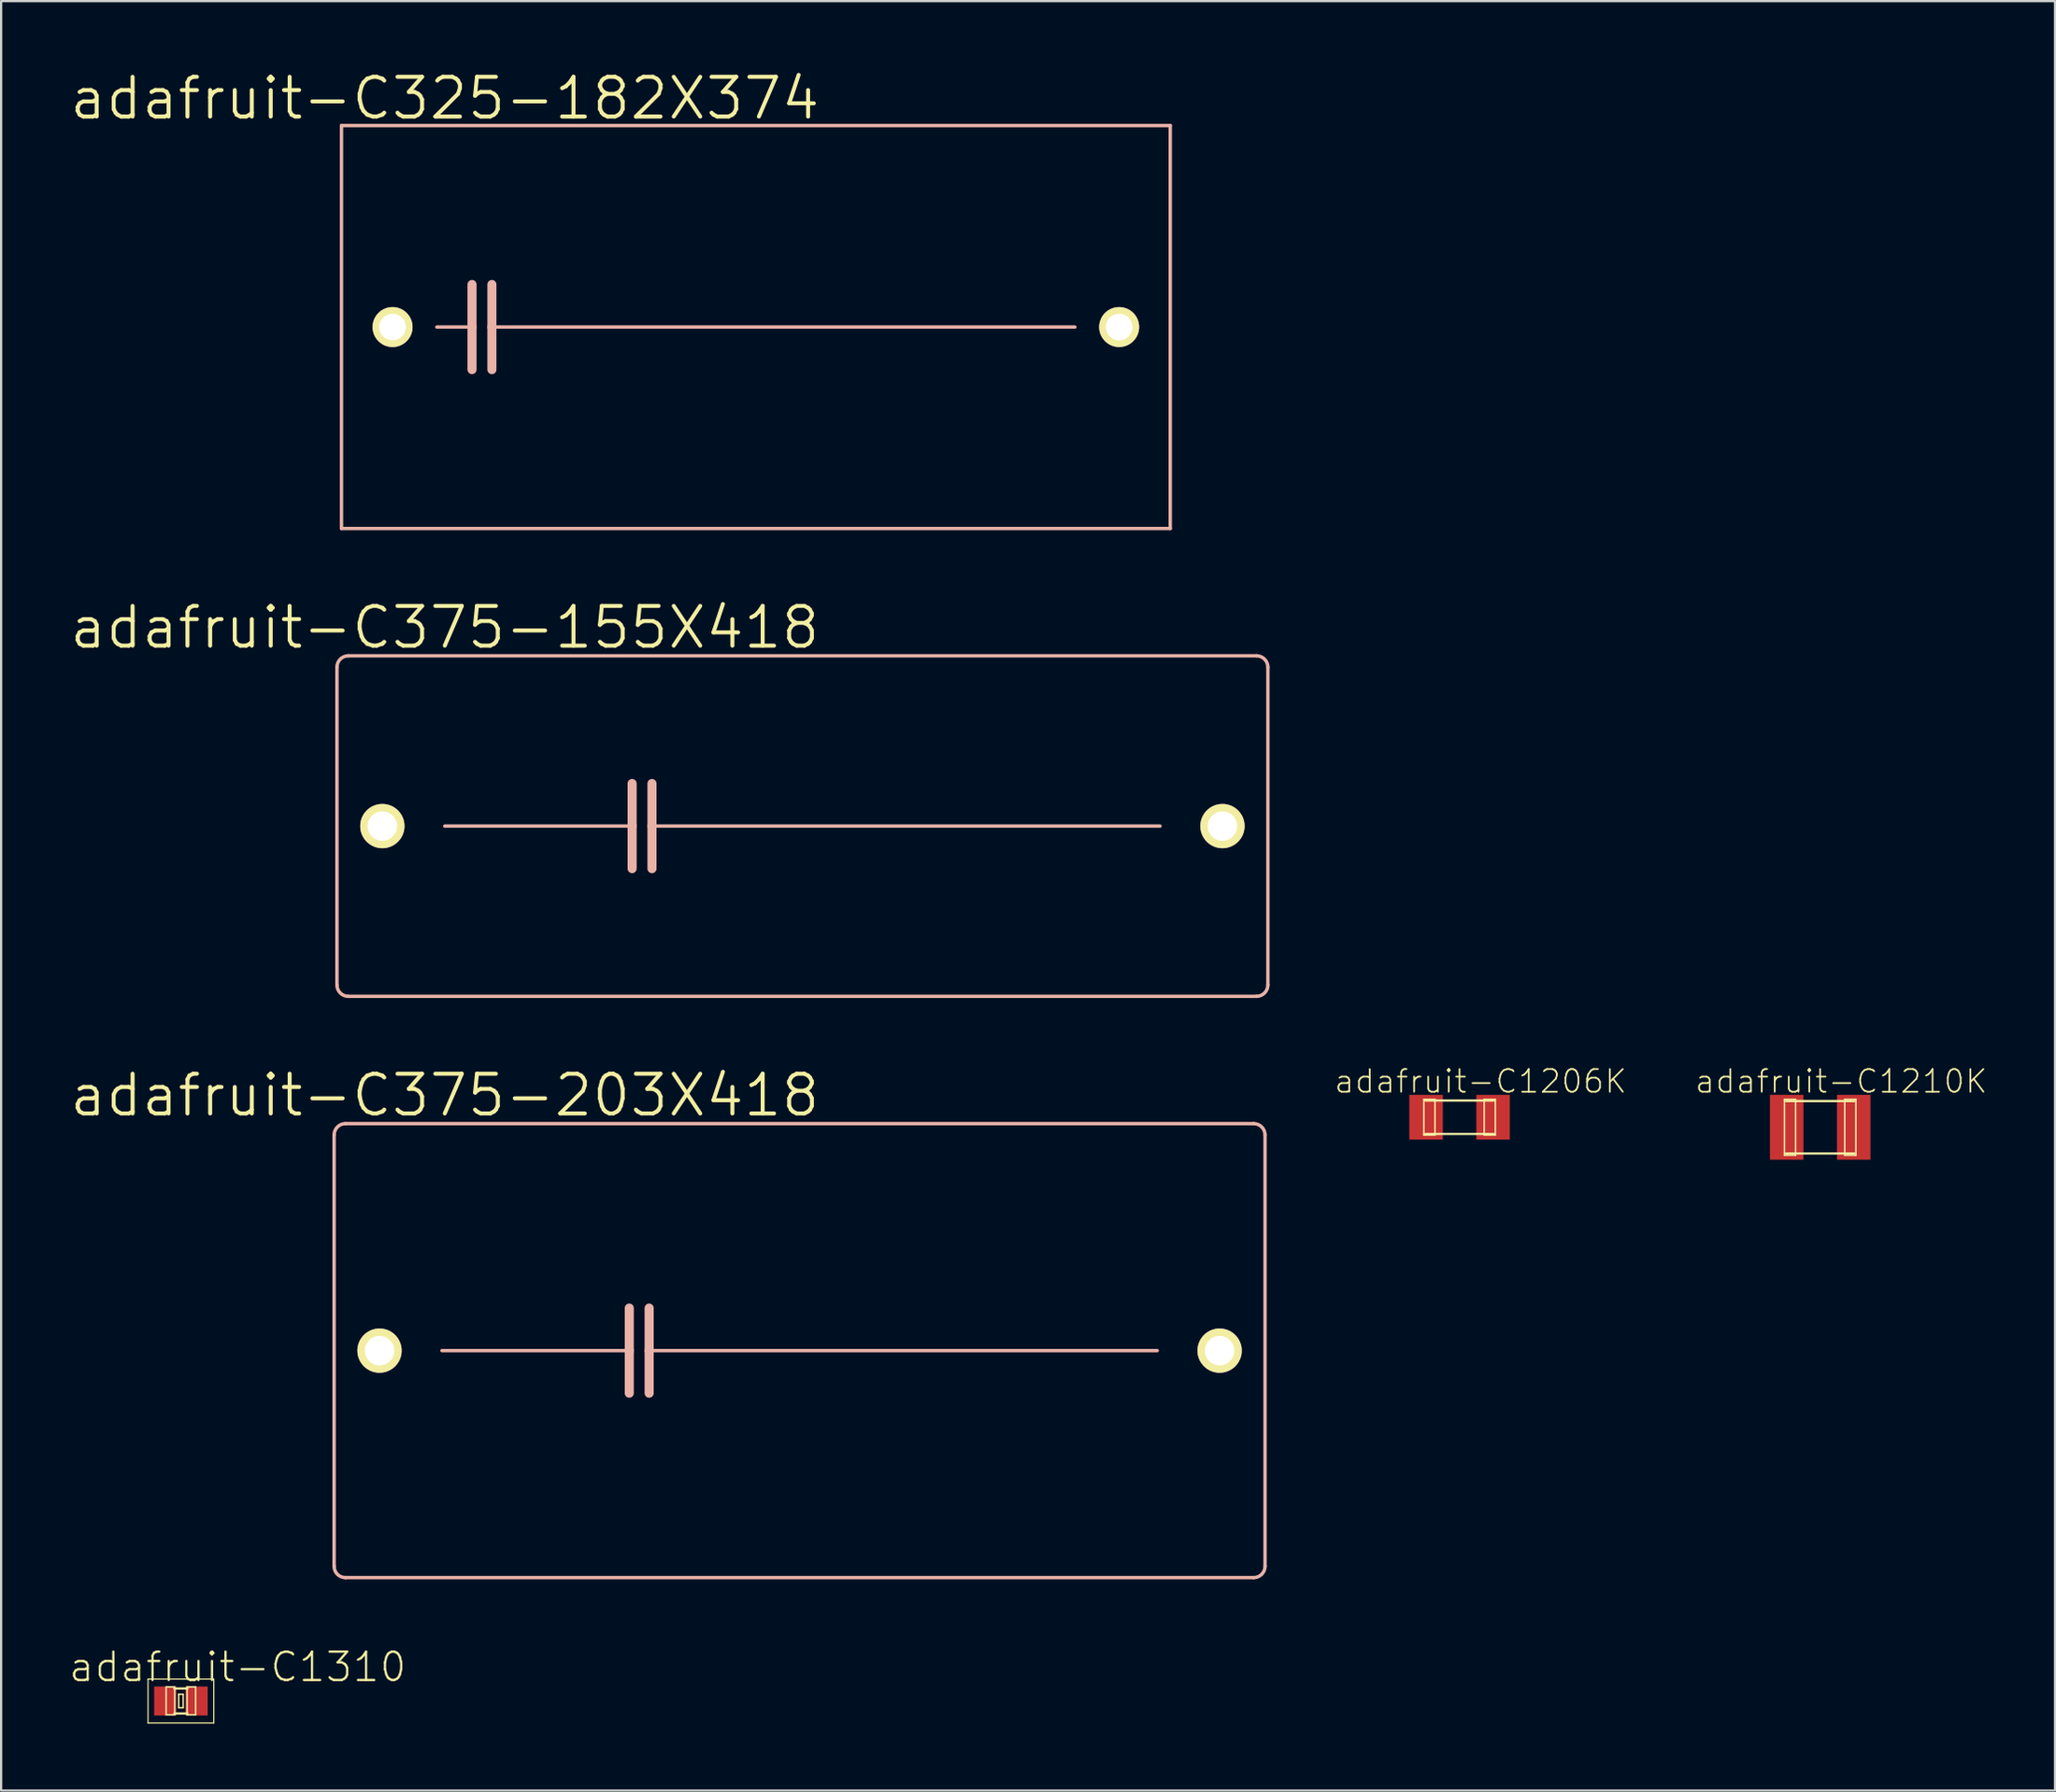
<source format=kicad_pcb>
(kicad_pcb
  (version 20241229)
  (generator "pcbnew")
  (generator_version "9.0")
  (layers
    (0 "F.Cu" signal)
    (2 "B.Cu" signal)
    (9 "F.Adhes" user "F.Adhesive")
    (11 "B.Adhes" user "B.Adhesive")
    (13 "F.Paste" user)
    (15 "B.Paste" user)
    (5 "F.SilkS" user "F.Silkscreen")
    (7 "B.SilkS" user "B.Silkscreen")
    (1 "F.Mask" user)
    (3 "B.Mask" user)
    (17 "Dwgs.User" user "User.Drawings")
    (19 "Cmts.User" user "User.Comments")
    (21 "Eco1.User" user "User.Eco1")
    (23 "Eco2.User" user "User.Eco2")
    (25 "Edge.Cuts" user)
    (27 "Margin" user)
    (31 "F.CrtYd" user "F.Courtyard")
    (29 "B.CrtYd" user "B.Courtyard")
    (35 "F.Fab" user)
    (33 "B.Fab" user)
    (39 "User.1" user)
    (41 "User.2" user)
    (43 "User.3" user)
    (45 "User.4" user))
  (footprint "adafruit-C375-155X418"
    (layer "F.Cu")
    (at 32.855 33.924)
    (property "Reference" "adafruit-C375-155X418" (at -16.002 -8.89 0) (layer "F.SilkS") (effects (font (size 1.778 1.778) (thickness 0.178))))
    (attr exclude_from_pos_files exclude_from_bom)
    (fp_line (start -20.828 7.112) (end -20.828 -7.112) (stroke (width 0.152) (type solid)) (layer "B.SilkS"))
    (fp_line (start -20.32 -7.62) (end 20.32 -7.62) (stroke (width 0.152) (type solid)) (layer "B.SilkS"))
    (fp_line (start -16.002 0) (end -7.62 0) (stroke (width 0.152) (type solid)) (layer "B.SilkS"))
    (fp_line (start -7.62 -1.905) (end -7.62 0) (stroke (width 0.406) (type solid)) (layer "B.SilkS"))
    (fp_line (start -7.62 0) (end -7.62 1.905) (stroke (width 0.406) (type solid)) (layer "B.SilkS"))
    (fp_line (start -6.731 -1.905) (end -6.731 0) (stroke (width 0.406) (type solid)) (layer "B.SilkS"))
    (fp_line (start -6.731 0) (end -6.731 1.905) (stroke (width 0.406) (type solid)) (layer "B.SilkS"))
    (fp_line (start -6.731 0) (end 16.002 0) (stroke (width 0.152) (type solid)) (layer "B.SilkS"))
    (fp_line (start 20.32 7.62) (end -20.32 7.62) (stroke (width 0.152) (type solid)) (layer "B.SilkS"))
    (fp_line (start 20.828 -7.112) (end 20.828 7.112) (stroke (width 0.152) (type solid)) (layer "B.SilkS"))
    (fp_arc (start -20.828 -7.112) (mid -20.67921 -7.47121) (end -20.32 -7.62) (stroke (width 0.1524) (type solid)) (layer "B.SilkS"))
    (fp_arc (start -20.32 7.62) (mid -20.67921 7.47121) (end -20.828 7.112) (stroke (width 0.1524) (type solid)) (layer "B.SilkS"))
    (fp_arc (start 20.32 -7.62) (mid 20.67921 -7.47121) (end 20.828 -7.112) (stroke (width 0.1524) (type solid)) (layer "B.SilkS"))
    (fp_arc (start 20.828 7.112) (mid 20.67921 7.47121) (end 20.32 7.62) (stroke (width 0.1524) (type solid)) (layer "B.SilkS"))
    (pad "1" thru_hole circle (at -18.796 0) (size 1.981 1.981) (drill 1.321) (layers "*.Cu" "F.Mask" "F.SilkS" "F.Paste"))
    (pad "2" thru_hole circle (at 18.796 0) (size 1.981 1.981) (drill 1.321) (layers "*.Cu" "F.Mask" "F.SilkS" "F.Paste")))
  (footprint "adafruit-C375-203X418"
    (layer "F.Cu")
    (at 32.728 57.402)
    (property "Reference" "adafruit-C375-203X418" (at -15.875 -11.43 0) (layer "F.SilkS") (effects (font (size 1.778 1.778) (thickness 0.178))))
    (attr exclude_from_pos_files exclude_from_bom)
    (fp_line (start -20.828 9.652) (end -20.828 -9.652) (stroke (width 0.152) (type solid)) (layer "B.SilkS"))
    (fp_line (start -20.32 -10.16) (end 20.32 -10.16) (stroke (width 0.152) (type solid)) (layer "B.SilkS"))
    (fp_line (start -16.002 0) (end -7.62 0) (stroke (width 0.152) (type solid)) (layer "B.SilkS"))
    (fp_line (start -7.62 -1.905) (end -7.62 0) (stroke (width 0.406) (type solid)) (layer "B.SilkS"))
    (fp_line (start -7.62 0) (end -7.62 1.905) (stroke (width 0.406) (type solid)) (layer "B.SilkS"))
    (fp_line (start -6.731 -1.905) (end -6.731 0) (stroke (width 0.406) (type solid)) (layer "B.SilkS"))
    (fp_line (start -6.731 0) (end -6.731 1.905) (stroke (width 0.406) (type solid)) (layer "B.SilkS"))
    (fp_line (start -6.731 0) (end 16.002 0) (stroke (width 0.152) (type solid)) (layer "B.SilkS"))
    (fp_line (start 20.32 10.16) (end -20.32 10.16) (stroke (width 0.152) (type solid)) (layer "B.SilkS"))
    (fp_line (start 20.828 -9.652) (end 20.828 9.652) (stroke (width 0.152) (type solid)) (layer "B.SilkS"))
    (fp_arc (start -20.828 -9.652) (mid -20.67921 -10.01121) (end -20.32 -10.16) (stroke (width 0.1524) (type solid)) (layer "B.SilkS"))
    (fp_arc (start -20.32 10.16) (mid -20.67921 10.01121) (end -20.828 9.652) (stroke (width 0.1524) (type solid)) (layer "B.SilkS"))
    (fp_arc (start 20.32 -10.16) (mid 20.67921 -10.01121) (end 20.828 -9.652) (stroke (width 0.1524) (type solid)) (layer "B.SilkS"))
    (fp_arc (start 20.828 9.652) (mid 20.67921 10.01121) (end 20.32 10.16) (stroke (width 0.1524) (type solid)) (layer "B.SilkS"))
    (pad "1" thru_hole circle (at -18.796 0) (size 1.981 1.981) (drill 1.321) (layers "*.Cu" "F.Mask" "F.SilkS" "F.Paste"))
    (pad "2" thru_hole circle (at 18.796 0) (size 1.981 1.981) (drill 1.321) (layers "*.Cu" "F.Mask" "F.SilkS" "F.Paste")))
  (footprint "adafruit-C325-182X374"
    (layer "F.Cu")
    (at 30.772 11.588)
    (property "Reference" "adafruit-C325-182X374" (at -13.919 -10.236 0) (layer "F.SilkS") (effects (font (size 1.778 1.778) (thickness 0.178))))
    (attr exclude_from_pos_files exclude_from_bom)
    (fp_line (start -18.542 -9.017) (end -18.542 9.017) (stroke (width 0.152) (type solid)) (layer "B.SilkS"))
    (fp_line (start -18.542 9.017) (end 18.542 9.017) (stroke (width 0.152) (type solid)) (layer "B.SilkS"))
    (fp_line (start -14.275 0) (end -12.7 0) (stroke (width 0.152) (type solid)) (layer "B.SilkS"))
    (fp_line (start -12.7 -1.905) (end -12.7 0) (stroke (width 0.406) (type solid)) (layer "B.SilkS"))
    (fp_line (start -12.7 0) (end -12.7 1.905) (stroke (width 0.406) (type solid)) (layer "B.SilkS"))
    (fp_line (start -11.811 -1.905) (end -11.811 0) (stroke (width 0.406) (type solid)) (layer "B.SilkS"))
    (fp_line (start -11.811 0) (end -11.811 1.905) (stroke (width 0.406) (type solid)) (layer "B.SilkS"))
    (fp_line (start -11.811 0) (end 14.275 0) (stroke (width 0.152) (type solid)) (layer "B.SilkS"))
    (fp_line (start 18.542 -9.017) (end -18.542 -9.017) (stroke (width 0.152) (type solid)) (layer "B.SilkS"))
    (fp_line (start 18.542 -9.017) (end 18.542 9.017) (stroke (width 0.152) (type solid)) (layer "B.SilkS"))
    (pad "1" thru_hole circle (at -16.256 0) (size 1.788 1.788) (drill 1.194) (layers "*.Cu" "F.Mask" "F.SilkS" "F.Paste"))
    (pad "2" thru_hole circle (at 16.256 0) (size 1.788 1.788) (drill 1.194) (layers "*.Cu" "F.Mask" "F.SilkS" "F.Paste")))
  (footprint "adafruit-C1310"
    (layer "F.Cu")
    (at 5.045 73.084)
    (property "Reference" "adafruit-C1310" (at 2.54 -1.524 0) (layer "F.SilkS") (effects (font (size 1.27 1.27) (thickness 0.102))))
    (attr smd)
    (fp_line (start -1.471 -0.983) (end 1.471 -0.983) (stroke (width 0.051) (type solid)) (layer "F.SilkS"))
    (fp_line (start -1.471 0.983) (end -1.471 -0.983) (stroke (width 0.051) (type solid)) (layer "F.SilkS"))
    (fp_line (start -0.66 -0.627) (end -0.279 -0.627) (stroke (width 0.066) (type solid)) (layer "F.SilkS"))
    (fp_line (start -0.66 0.622) (end -0.66 -0.627) (stroke (width 0.066) (type solid)) (layer "F.SilkS"))
    (fp_line (start -0.66 0.622) (end -0.279 0.622) (stroke (width 0.066) (type solid)) (layer "F.SilkS"))
    (fp_line (start -0.292 -0.559) (end 0.292 -0.559) (stroke (width 0.102) (type solid)) (layer "F.SilkS"))
    (fp_line (start -0.292 0.559) (end 0.292 0.559) (stroke (width 0.102) (type solid)) (layer "F.SilkS"))
    (fp_line (start -0.279 0.622) (end -0.279 -0.627) (stroke (width 0.066) (type solid)) (layer "F.SilkS"))
    (fp_line (start -0.099 -0.3) (end 0.099 -0.3) (stroke (width 0.066) (type solid)) (layer "F.SilkS"))
    (fp_line (start -0.099 0.3) (end -0.099 -0.3) (stroke (width 0.066) (type solid)) (layer "F.SilkS"))
    (fp_line (start -0.099 0.3) (end 0.099 0.3) (stroke (width 0.066) (type solid)) (layer "F.SilkS"))
    (fp_line (start 0.099 0.3) (end 0.099 -0.3) (stroke (width 0.066) (type solid)) (layer "F.SilkS"))
    (fp_line (start 0.279 -0.627) (end 0.658 -0.627) (stroke (width 0.066) (type solid)) (layer "F.SilkS"))
    (fp_line (start 0.279 0.622) (end 0.279 -0.627) (stroke (width 0.066) (type solid)) (layer "F.SilkS"))
    (fp_line (start 0.279 0.622) (end 0.658 0.622) (stroke (width 0.066) (type solid)) (layer "F.SilkS"))
    (fp_line (start 0.658 0.622) (end 0.658 -0.627) (stroke (width 0.066) (type solid)) (layer "F.SilkS"))
    (fp_line (start 1.471 -0.983) (end 1.471 0.983) (stroke (width 0.051) (type solid)) (layer "F.SilkS"))
    (fp_line (start 1.471 0.983) (end -1.471 0.983) (stroke (width 0.051) (type solid)) (layer "F.SilkS"))
    (pad "1" smd rect (at -0.699 0) (size 0.998 1.298) (layers "F.Cu" "F.Mask" "F.Paste"))
    (pad "2" smd rect (at 0.699 0) (size 0.998 1.298) (layers "F.Cu" "F.Mask" "F.Paste")))
  (footprint "adafruit-C1206K"
    (layer "F.Cu")
    (at 62.261 46.956)
    (property "Reference" "adafruit-C1206K" (at 0.94 -1.608 0) (layer "F.SilkS") (effects (font (size 1.016 1.016) (thickness 0.076))))
    (attr smd)
    (fp_line (start -1.598 -0.798) (end -1.1 -0.798) (stroke (width 0.066) (type solid)) (layer "F.SilkS"))
    (fp_line (start -1.598 0.798) (end -1.598 -0.798) (stroke (width 0.066) (type solid)) (layer "F.SilkS"))
    (fp_line (start -1.598 0.798) (end -1.1 0.798) (stroke (width 0.066) (type solid)) (layer "F.SilkS"))
    (fp_line (start -1.524 -0.749) (end 1.524 -0.749) (stroke (width 0.102) (type solid)) (layer "F.SilkS"))
    (fp_line (start -1.1 0.798) (end -1.1 -0.798) (stroke (width 0.066) (type solid)) (layer "F.SilkS"))
    (fp_line (start 1.1 -0.798) (end 1.598 -0.798) (stroke (width 0.066) (type solid)) (layer "F.SilkS"))
    (fp_line (start 1.1 0.798) (end 1.1 -0.798) (stroke (width 0.066) (type solid)) (layer "F.SilkS"))
    (fp_line (start 1.1 0.798) (end 1.598 0.798) (stroke (width 0.066) (type solid)) (layer "F.SilkS"))
    (fp_line (start 1.524 0.749) (end -1.524 0.749) (stroke (width 0.102) (type solid)) (layer "F.SilkS"))
    (fp_line (start 1.598 0.798) (end 1.598 -0.798) (stroke (width 0.066) (type solid)) (layer "F.SilkS"))
    (pad "1" smd rect (at -1.499 0) (size 1.499 1.999) (layers "F.Cu" "F.Mask" "F.Paste"))
    (pad "2" smd rect (at 1.499 0) (size 1.499 1.999) (layers "F.Cu" "F.Mask" "F.Paste")))
  (footprint "adafruit-C1210K"
    (layer "F.Cu")
    (at 78.397 47.405)
    (property "Reference" "adafruit-C1210K" (at 0.94 -2.057 0) (layer "F.SilkS") (effects (font (size 1.016 1.016) (thickness 0.076))))
    (attr smd)
    (fp_line (start -1.598 -1.25) (end -1.1 -1.25) (stroke (width 0.066) (type solid)) (layer "F.SilkS"))
    (fp_line (start -1.598 1.25) (end -1.598 -1.25) (stroke (width 0.066) (type solid)) (layer "F.SilkS"))
    (fp_line (start -1.598 1.25) (end -1.1 1.25) (stroke (width 0.066) (type solid)) (layer "F.SilkS"))
    (fp_line (start -1.524 -1.173) (end 1.524 -1.173) (stroke (width 0.102) (type solid)) (layer "F.SilkS"))
    (fp_line (start -1.1 1.25) (end -1.1 -1.25) (stroke (width 0.066) (type solid)) (layer "F.SilkS"))
    (fp_line (start 1.1 -1.25) (end 1.598 -1.25) (stroke (width 0.066) (type solid)) (layer "F.SilkS"))
    (fp_line (start 1.1 1.25) (end 1.1 -1.25) (stroke (width 0.066) (type solid)) (layer "F.SilkS"))
    (fp_line (start 1.1 1.25) (end 1.598 1.25) (stroke (width 0.066) (type solid)) (layer "F.SilkS"))
    (fp_line (start 1.524 1.173) (end -1.524 1.173) (stroke (width 0.102) (type solid)) (layer "F.SilkS"))
    (fp_line (start 1.598 1.25) (end 1.598 -1.25) (stroke (width 0.066) (type solid)) (layer "F.SilkS"))
    (pad "1" smd rect (at -1.499 0) (size 1.499 2.898) (layers "F.Cu" "F.Mask" "F.Paste"))
    (pad "2" smd rect (at 1.499 0) (size 1.499 2.898) (layers "F.Cu" "F.Mask" "F.Paste")))
  (gr_rect
    (start -3 -3)
    (end 88.905 77.092)
    (stroke (width 0.1) (type default))
    (fill no)
    (layer "Edge.Cuts")))
</source>
